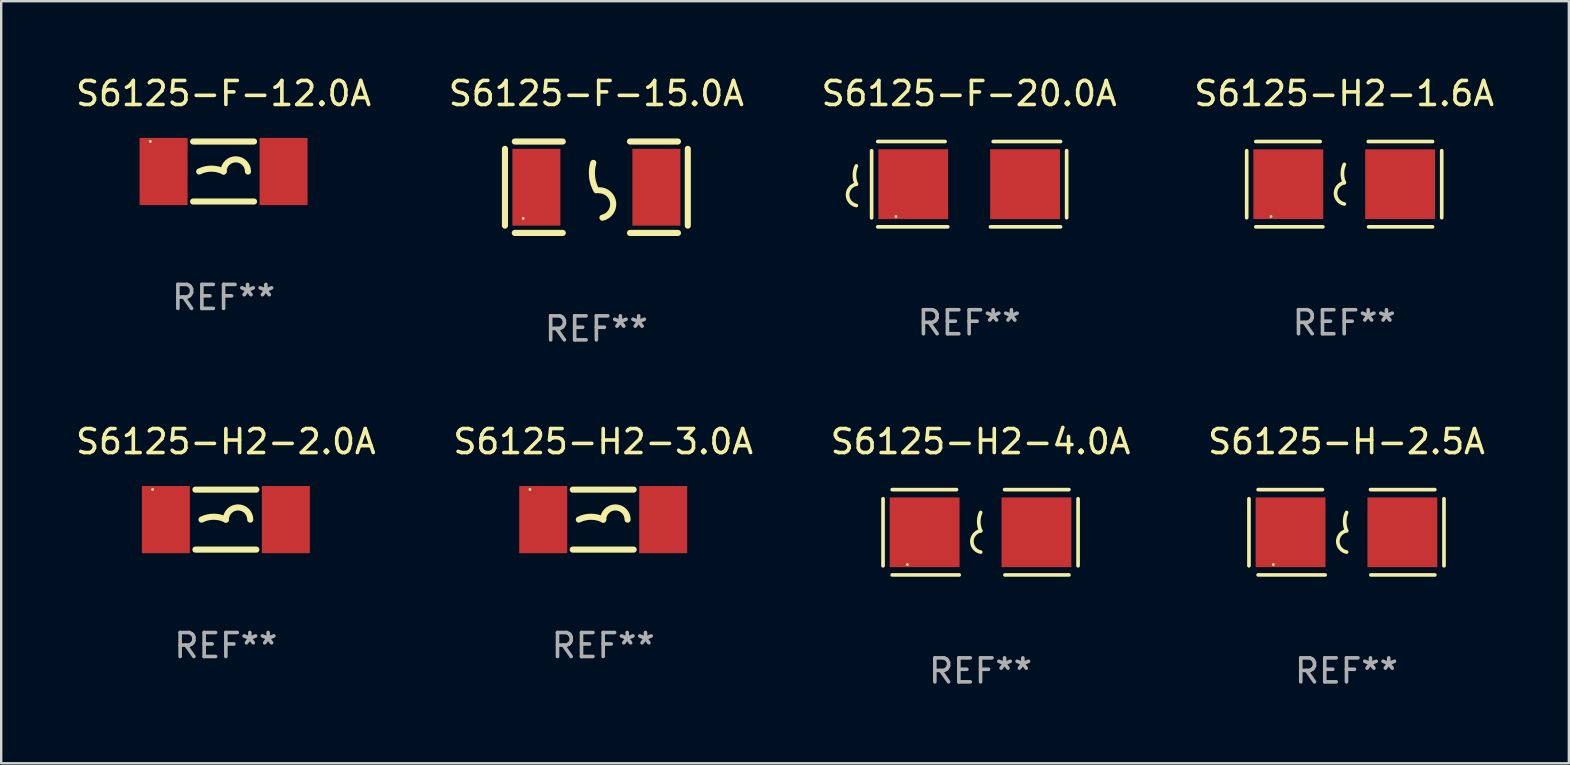
<source format=kicad_pcb>
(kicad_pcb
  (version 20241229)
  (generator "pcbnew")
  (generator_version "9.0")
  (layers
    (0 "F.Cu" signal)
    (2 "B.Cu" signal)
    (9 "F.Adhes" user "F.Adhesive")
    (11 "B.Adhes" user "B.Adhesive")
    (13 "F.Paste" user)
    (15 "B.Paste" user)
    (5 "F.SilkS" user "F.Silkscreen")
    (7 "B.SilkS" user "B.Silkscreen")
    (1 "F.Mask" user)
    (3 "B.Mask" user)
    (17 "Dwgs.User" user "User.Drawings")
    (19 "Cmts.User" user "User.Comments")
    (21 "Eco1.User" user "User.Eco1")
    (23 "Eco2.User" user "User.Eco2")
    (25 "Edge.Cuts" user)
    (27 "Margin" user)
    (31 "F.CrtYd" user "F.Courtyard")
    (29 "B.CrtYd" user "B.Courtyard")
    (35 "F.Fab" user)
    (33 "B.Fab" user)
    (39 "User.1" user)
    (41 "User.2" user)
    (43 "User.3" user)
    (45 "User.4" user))
  (footprint "S6125-F-20.0A"
    (layer "F.Cu")
    (at 37.339 4.626)
    (property "Reference" "S6125-F-20.0A" (at 0 -3.778 0) (layer "F.SilkS") (effects (font (size 1 1) (thickness 0.15))))
    (attr through_hole)
    (fp_line (start -4.064 -1.393) (end -4.064 1.401) (stroke (width 0.152) (type solid)) (layer "F.SilkS"))
    (fp_line (start -3.81 -1.778) (end -1.002 -1.778) (stroke (width 0.152) (type solid)) (layer "F.SilkS"))
    (fp_line (start -0.889 1.778) (end -3.81 1.778) (stroke (width 0.152) (type solid)) (layer "F.SilkS"))
    (fp_line (start 0.889 1.778) (end 3.81 1.778) (stroke (width 0.152) (type solid)) (layer "F.SilkS"))
    (fp_line (start 3.81 -1.778) (end 1.002 -1.778) (stroke (width 0.152) (type solid)) (layer "F.SilkS"))
    (fp_line (start 4.064 -1.397) (end 4.064 1.397) (stroke (width 0.152) (type solid)) (layer "F.SilkS"))
    (fp_arc (start -4.699009 0) (mid -4.780645 -0.381001) (end -4.699009 -0.762002) (stroke (width 0.151994) (type solid)) (layer "F.SilkS"))
    (fp_arc (start -4.699009 0.889002) (mid -5.066697 0.444501) (end -4.699009 0) (stroke (width 0.151994) (type solid)) (layer "F.SilkS"))
    (fp_circle (center -3.05 1.347) (end -3.02 1.347) (stroke (width 0.06) (type solid)) (fill no) (layer "F.SilkS"))
    (fp_text user "REF**" (at 0 5.778 0) (layer "F.Fab") (effects (font (size 1 1) (thickness 0.15))))
    (pad "1" smd rect (at -2.33 0) (size 2.91 2.911) (layers "F.Cu" "F.Mask" "F.Paste"))
    (pad "2" smd rect (at 2.33 0) (size 2.91 2.911) (layers "F.Cu" "F.Mask" "F.Paste")))
  (footprint "S6125-H2-4.0A"
    (layer "F.Cu")
    (at 37.815 19.133)
    (property "Reference" "S6125-H2-4.0A" (at 0 -3.778 0) (layer "F.SilkS") (effects (font (size 1 1) (thickness 0.15))))
    (attr through_hole)
    (fp_line (start -4.064 -1.397) (end -4.064 1.397) (stroke (width 0.152) (type solid)) (layer "F.SilkS"))
    (fp_line (start -3.683 -1.778) (end -1.002 -1.778) (stroke (width 0.152) (type solid)) (layer "F.SilkS"))
    (fp_line (start -0.889 1.778) (end -3.683 1.778) (stroke (width 0.152) (type solid)) (layer "F.SilkS"))
    (fp_line (start 1.016 1.778) (end 3.683 1.778) (stroke (width 0.152) (type solid)) (layer "F.SilkS"))
    (fp_line (start 3.683 -1.778) (end 1.001 -1.778) (stroke (width 0.152) (type solid)) (layer "F.SilkS"))
    (fp_line (start 4.064 -1.397) (end 4.064 1.397) (stroke (width 0.152) (type solid)) (layer "F.SilkS"))
    (fp_arc (start 0.006045 -0.0635) (mid -0.075591 -0.444501) (end 0.006045 -0.825502) (stroke (width 0.151994) (type solid)) (layer "F.SilkS"))
    (fp_arc (start 0.006045 0.825502) (mid -0.361643 0.381001) (end 0.006045 -0.0635) (stroke (width 0.151994) (type solid)) (layer "F.SilkS"))
    (fp_circle (center -3.05 1.345) (end -3.02 1.345) (stroke (width 0.06) (type solid)) (fill no) (layer "F.SilkS"))
    (fp_text user "REF**" (at 0 5.778 0) (layer "F.Fab") (effects (font (size 1 1) (thickness 0.15))))
    (pad "1" smd rect (at -2.33 0) (size 2.91 2.905) (layers "F.Cu" "F.Mask" "F.Paste"))
    (pad "2" smd rect (at 2.33 0) (size 2.91 2.905) (layers "F.Cu" "F.Mask" "F.Paste")))
  (footprint "S6125-H2-2.0A"
    (layer "F.Cu")
    (at 6.363 18.605)
    (property "Reference" "S6125-H2-2.0A" (at 0 -3.25 0) (layer "F.SilkS") (effects (font (size 1 1) (thickness 0.15))))
    (attr through_hole)
    (fp_line (start -1.269 -1.25) (end 1.269 -1.25) (stroke (width 0.254) (type solid)) (layer "F.SilkS"))
    (fp_line (start -1.269 1.25) (end 1.269 1.25) (stroke (width 0.254) (type solid)) (layer "F.SilkS"))
    (fp_arc (start -1.016002 0) (mid -0.508001 -0.119923) (end 0 0) (stroke (width 0.254001) (type solid)) (layer "F.SilkS"))
    (fp_arc (start 0 0) (mid 0.508001 -0.508001) (end 1.016002 0) (stroke (width 0.254001) (type solid)) (layer "F.SilkS"))
    (fp_circle (center -3.053 -1.256) (end -3.023 -1.256) (stroke (width 0.06) (type solid)) (fill no) (layer "F.SilkS"))
    (fp_text user "REF**" (at 0 5.25 0) (layer "F.Fab") (effects (font (size 1 1) (thickness 0.15))))
    (pad "1" smd rect (at -2.5 0) (size 2 2.8) (layers "F.Cu" "F.Mask" "F.Paste"))
    (pad "2" smd rect (at 2.5 0) (size 2 2.8) (layers "F.Cu" "F.Mask" "F.Paste")))
  (footprint "S6125-H2-3.0A"
    (layer "F.Cu")
    (at 22.089 18.605)
    (property "Reference" "S6125-H2-3.0A" (at 0 -3.25 0) (layer "F.SilkS") (effects (font (size 1 1) (thickness 0.15))))
    (attr through_hole)
    (fp_line (start -1.269 -1.25) (end 1.269 -1.25) (stroke (width 0.254) (type solid)) (layer "F.SilkS"))
    (fp_line (start -1.269 1.25) (end 1.269 1.25) (stroke (width 0.254) (type solid)) (layer "F.SilkS"))
    (fp_arc (start -1.016002 0) (mid -0.508001 -0.119923) (end 0 0) (stroke (width 0.254001) (type solid)) (layer "F.SilkS"))
    (fp_arc (start 0 0) (mid 0.508001 -0.508001) (end 1.016002 0) (stroke (width 0.254001) (type solid)) (layer "F.SilkS"))
    (fp_circle (center -3.053 -1.256) (end -3.023 -1.256) (stroke (width 0.06) (type solid)) (fill no) (layer "F.SilkS"))
    (fp_text user "REF**" (at 0 5.25 0) (layer "F.Fab") (effects (font (size 1 1) (thickness 0.15))))
    (pad "1" smd rect (at -2.5 0) (size 2 2.8) (layers "F.Cu" "F.Mask" "F.Paste"))
    (pad "2" smd rect (at 2.5 0) (size 2 2.8) (layers "F.Cu" "F.Mask" "F.Paste")))
  (footprint "S6125-F-15.0A"
    (layer "F.Cu")
    (at 21.804 4.753)
    (property "Reference" "S6125-F-15.0A" (at 0 -3.905 0) (layer "F.SilkS") (effects (font (size 1 1) (thickness 0.15))))
    (attr through_hole)
    (fp_line (start -3.81 -1.6) (end -3.81 1.6) (stroke (width 0.254) (type solid)) (layer "F.SilkS"))
    (fp_line (start -3.4 -1.905) (end -1.4 -1.905) (stroke (width 0.254) (type solid)) (layer "F.SilkS"))
    (fp_line (start -3.4 1.905) (end -1.4 1.905) (stroke (width 0.254) (type solid)) (layer "F.SilkS"))
    (fp_line (start 1.4 -1.905) (end 3.4 -1.905) (stroke (width 0.254) (type solid)) (layer "F.SilkS"))
    (fp_line (start 1.4 1.905) (end 3.4 1.905) (stroke (width 0.254) (type solid)) (layer "F.SilkS"))
    (fp_line (start 3.81 -1.6) (end 3.81 1.6) (stroke (width 0.254) (type solid)) (layer "F.SilkS"))
    (fp_arc (start 0 0.127) (mid -0.178599 -0.431712) (end -0.127 -1.016002) (stroke (width 0.254001) (type solid)) (layer "F.SilkS"))
    (fp_arc (start 0.126999 0.127) (mid 0.698883 0.642014) (end 0.254001 1.270003) (stroke (width 0.254001) (type solid)) (layer "F.SilkS"))
    (fp_circle (center -3.05 1.3) (end -3.02 1.3) (stroke (width 0.06) (type solid)) (fill no) (layer "F.SilkS"))
    (fp_text user "REF**" (at 0 5.905 0) (layer "F.Fab") (effects (font (size 1 1) (thickness 0.15))))
    (pad "1" smd rect (at -2.5 0) (size 2 3.2) (layers "F.Cu" "F.Mask" "F.Paste"))
    (pad "2" smd rect (at 2.5 0) (size 2 3.2) (layers "F.Cu" "F.Mask" "F.Paste")))
  (footprint "S6125-H-2.5A"
    (layer "F.Cu")
    (at 53.065 19.133)
    (property "Reference" "S6125-H-2.5A" (at 0 -3.778 0) (layer "F.SilkS") (effects (font (size 1 1) (thickness 0.15))))
    (attr through_hole)
    (fp_line (start -4.064 -1.397) (end -4.064 1.397) (stroke (width 0.152) (type solid)) (layer "F.SilkS"))
    (fp_line (start -3.683 -1.778) (end -1.002 -1.778) (stroke (width 0.152) (type solid)) (layer "F.SilkS"))
    (fp_line (start -0.889 1.778) (end -3.683 1.778) (stroke (width 0.152) (type solid)) (layer "F.SilkS"))
    (fp_line (start 1.016 1.778) (end 3.683 1.778) (stroke (width 0.152) (type solid)) (layer "F.SilkS"))
    (fp_line (start 3.683 -1.778) (end 1.001 -1.778) (stroke (width 0.152) (type solid)) (layer "F.SilkS"))
    (fp_line (start 4.064 -1.397) (end 4.064 1.397) (stroke (width 0.152) (type solid)) (layer "F.SilkS"))
    (fp_arc (start 0.006045 -0.0635) (mid -0.075591 -0.444501) (end 0.006045 -0.825502) (stroke (width 0.151994) (type solid)) (layer "F.SilkS"))
    (fp_arc (start 0.006045 0.825502) (mid -0.361643 0.381001) (end 0.006045 -0.0635) (stroke (width 0.151994) (type solid)) (layer "F.SilkS"))
    (fp_circle (center -3.05 1.345) (end -3.02 1.345) (stroke (width 0.06) (type solid)) (fill no) (layer "F.SilkS"))
    (fp_text user "REF**" (at 0 5.778 0) (layer "F.Fab") (effects (font (size 1 1) (thickness 0.15))))
    (pad "1" smd rect (at -2.33 0) (size 2.91 2.905) (layers "F.Cu" "F.Mask" "F.Paste"))
    (pad "2" smd rect (at 2.33 0) (size 2.91 2.905) (layers "F.Cu" "F.Mask" "F.Paste")))
  (footprint "S6125-H2-1.6A"
    (layer "F.Cu")
    (at 52.97 4.626)
    (property "Reference" "S6125-H2-1.6A" (at 0 -3.778 0) (layer "F.SilkS") (effects (font (size 1 1) (thickness 0.15))))
    (attr through_hole)
    (fp_line (start -4.064 -1.397) (end -4.064 1.397) (stroke (width 0.152) (type solid)) (layer "F.SilkS"))
    (fp_line (start -3.683 -1.778) (end -1.002 -1.778) (stroke (width 0.152) (type solid)) (layer "F.SilkS"))
    (fp_line (start -0.889 1.778) (end -3.683 1.778) (stroke (width 0.152) (type solid)) (layer "F.SilkS"))
    (fp_line (start 1.016 1.778) (end 3.683 1.778) (stroke (width 0.152) (type solid)) (layer "F.SilkS"))
    (fp_line (start 3.683 -1.778) (end 1.001 -1.778) (stroke (width 0.152) (type solid)) (layer "F.SilkS"))
    (fp_line (start 4.064 -1.397) (end 4.064 1.397) (stroke (width 0.152) (type solid)) (layer "F.SilkS"))
    (fp_arc (start 0.006045 -0.0635) (mid -0.075591 -0.444501) (end 0.006045 -0.825502) (stroke (width 0.151994) (type solid)) (layer "F.SilkS"))
    (fp_arc (start 0.006045 0.825502) (mid -0.361643 0.381001) (end 0.006045 -0.0635) (stroke (width 0.151994) (type solid)) (layer "F.SilkS"))
    (fp_circle (center -3.05 1.345) (end -3.02 1.345) (stroke (width 0.06) (type solid)) (fill no) (layer "F.SilkS"))
    (fp_text user "REF**" (at 0 5.778 0) (layer "F.Fab") (effects (font (size 1 1) (thickness 0.15))))
    (pad "1" smd rect (at -2.33 0) (size 2.91 2.905) (layers "F.Cu" "F.Mask" "F.Paste"))
    (pad "2" smd rect (at 2.33 0) (size 2.91 2.905) (layers "F.Cu" "F.Mask" "F.Paste")))
  (footprint "S6125-F-12.0A"
    (layer "F.Cu")
    (at 6.268 4.098)
    (property "Reference" "S6125-F-12.0A" (at 0 -3.25 0) (layer "F.SilkS") (effects (font (size 1 1) (thickness 0.15))))
    (attr through_hole)
    (fp_line (start -1.269 -1.25) (end 1.269 -1.25) (stroke (width 0.254) (type solid)) (layer "F.SilkS"))
    (fp_line (start -1.269 1.25) (end 1.269 1.25) (stroke (width 0.254) (type solid)) (layer "F.SilkS"))
    (fp_arc (start -1.016002 0) (mid -0.508001 -0.119923) (end 0 0) (stroke (width 0.254001) (type solid)) (layer "F.SilkS"))
    (fp_arc (start 0 0) (mid 0.508001 -0.508001) (end 1.016002 0) (stroke (width 0.254001) (type solid)) (layer "F.SilkS"))
    (fp_circle (center -3.053 -1.256) (end -3.023 -1.256) (stroke (width 0.06) (type solid)) (fill no) (layer "F.SilkS"))
    (fp_text user "REF**" (at 0 5.25 0) (layer "F.Fab") (effects (font (size 1 1) (thickness 0.15))))
    (pad "1" smd rect (at -2.5 0) (size 2 2.8) (layers "F.Cu" "F.Mask" "F.Paste"))
    (pad "2" smd rect (at 2.5 0) (size 2 2.8) (layers "F.Cu" "F.Mask" "F.Paste")))
  (gr_rect
    (start -3 -3)
    (end 62.333 28.759)
    (stroke (width 0.1) (type default))
    (fill no)
    (layer "Edge.Cuts")))
</source>
